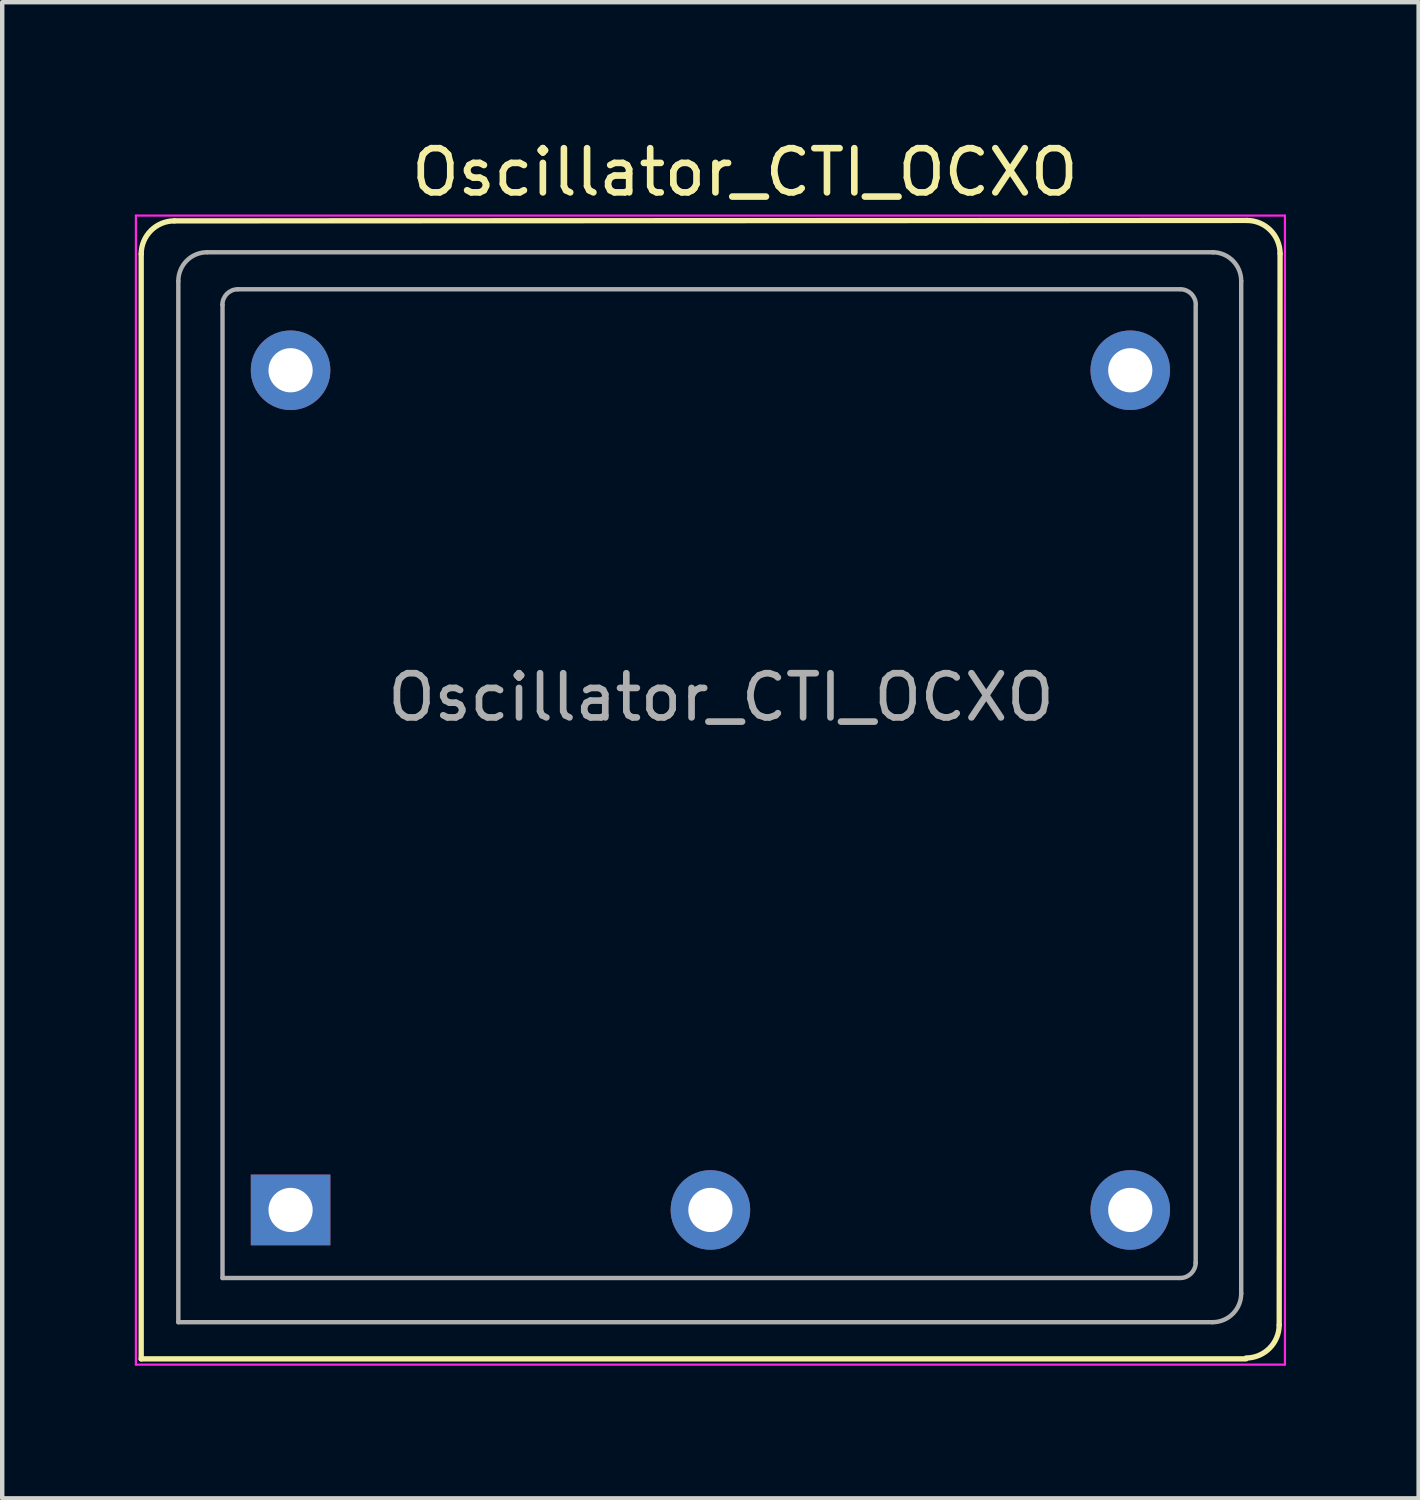
<source format=kicad_pcb>
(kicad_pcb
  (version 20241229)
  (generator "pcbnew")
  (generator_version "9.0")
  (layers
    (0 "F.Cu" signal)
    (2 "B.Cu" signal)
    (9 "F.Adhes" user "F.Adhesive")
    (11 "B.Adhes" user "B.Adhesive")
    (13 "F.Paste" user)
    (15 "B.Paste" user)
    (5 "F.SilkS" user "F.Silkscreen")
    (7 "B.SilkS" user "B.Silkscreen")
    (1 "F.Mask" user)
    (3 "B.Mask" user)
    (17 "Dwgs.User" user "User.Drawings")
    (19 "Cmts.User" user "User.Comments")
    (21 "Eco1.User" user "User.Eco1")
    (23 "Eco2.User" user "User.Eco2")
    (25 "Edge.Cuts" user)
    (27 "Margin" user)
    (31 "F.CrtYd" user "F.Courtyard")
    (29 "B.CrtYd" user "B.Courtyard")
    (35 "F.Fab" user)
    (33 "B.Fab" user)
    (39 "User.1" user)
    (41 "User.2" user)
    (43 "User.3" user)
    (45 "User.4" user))
  (footprint "Oscillator_CTI_OCXO"
    (layer "F.Cu")
    (at 3.525 24.328)
    (property "Reference" "Oscillator_CTI_OCXO" (at 10.28 -23.48 0) (layer "F.SilkS") (effects (font (size 1 1) (thickness 0.15))))
    (attr through_hole)
    (fp_line (start -3.38 -21.63) (end -3.38 3.37) (stroke (width 0.12) (type solid)) (layer "F.SilkS"))
    (fp_line (start -3.38 3.37) (end 21.62 3.37) (stroke (width 0.12) (type solid)) (layer "F.SilkS"))
    (fp_line (start 21.64 -22.39) (end -2.63 -22.38) (stroke (width 0.12) (type solid)) (layer "F.SilkS"))
    (fp_line (start 22.37 2.6) (end 22.39 -21.64) (stroke (width 0.12) (type solid)) (layer "F.SilkS"))
    (fp_arc (start -3.38 -21.63) (mid -3.16033 -22.16033) (end -2.63 -22.38) (stroke (width 0.12) (type solid)) (layer "F.SilkS"))
    (fp_arc (start 21.63967 -22.38967) (mid 22.17 -22.17) (end 22.38967 -21.63967) (stroke (width 0.12) (type solid)) (layer "F.SilkS"))
    (fp_arc (start 22.37 2.6) (mid 22.15033 3.13033) (end 21.62 3.35) (stroke (width 0.12) (type solid)) (layer "F.SilkS"))
    (fp_line (start -3.5 -22.5) (end -3.5 3.5) (stroke (width 0.05) (type solid)) (layer "F.CrtYd"))
    (fp_line (start -3.5 -22.5) (end 22.5 -22.5) (stroke (width 0.05) (type solid)) (layer "F.CrtYd"))
    (fp_line (start -3.5 3.5) (end 22.5 3.5) (stroke (width 0.05) (type solid)) (layer "F.CrtYd"))
    (fp_line (start 22.5 -22.5) (end 22.5 3.5) (stroke (width 0.05) (type solid)) (layer "F.CrtYd"))
    (fp_line (start -2.54 2.54) (end -2.54 -21.01) (stroke (width 0.1) (type solid)) (layer "F.Fab"))
    (fp_line (start -2.54 2.54) (end 20.85 2.54) (stroke (width 0.1) (type solid)) (layer "F.Fab"))
    (fp_line (start -1.88 -21.67) (end 20.88 -21.67) (stroke (width 0.1) (type solid)) (layer "F.Fab"))
    (fp_line (start -1.54 1.54) (end -1.54 -20.48) (stroke (width 0.1) (type solid)) (layer "F.Fab"))
    (fp_line (start -1.54 1.54) (end 20.12 1.54) (stroke (width 0.1) (type solid)) (layer "F.Fab"))
    (fp_line (start -1.193 -20.833) (end 20.11 -20.833) (stroke (width 0.1) (type solid)) (layer "F.Fab"))
    (fp_line (start 20.48 1.2) (end 20.48 -20.45) (stroke (width 0.1) (type solid)) (layer "F.Fab"))
    (fp_line (start 21.51 -21.02) (end 21.51 1.89) (stroke (width 0.1) (type solid)) (layer "F.Fab"))
    (fp_arc (start -2.54 -21.02) (mid -2.349619 -21.479619) (end -1.89 -21.67) (stroke (width 0.1) (type solid)) (layer "F.Fab"))
    (fp_arc (start -1.542513 -20.482513) (mid -1.44 -20.73) (end -1.192513 -20.832513) (stroke (width 0.1) (type solid)) (layer "F.Fab"))
    (fp_arc (start 20.132513 -20.832513) (mid 20.38 -20.73) (end 20.482513 -20.482513) (stroke (width 0.1) (type solid)) (layer "F.Fab"))
    (fp_arc (start 20.48 1.19) (mid 20.377487 1.437487) (end 20.13 1.54) (stroke (width 0.1) (type solid)) (layer "F.Fab"))
    (fp_arc (start 20.860381 -21.670381) (mid 21.32 -21.48) (end 21.510381 -21.020381) (stroke (width 0.1) (type solid)) (layer "F.Fab"))
    (fp_arc (start 21.510381 1.890381) (mid 21.32 2.35) (end 20.860381 2.540381) (stroke (width 0.1) (type solid)) (layer "F.Fab"))
    (fp_text user "${REFERENCE}" (at 9.74 -11.6 0) (layer "F.Fab") (effects (font (size 1 1) (thickness 0.15))))
    (pad "1" thru_hole rect (at 0 0) (size 1.8 1.6) (drill 1) (layers "*.Cu" "*.Mask"))
    (pad "2" thru_hole circle (at 9.5 0) (size 1.8 1.8) (drill 1) (layers "*.Cu" "*.Mask"))
    (pad "3" thru_hole circle (at 19 0) (size 1.8 1.8) (drill 1) (layers "*.Cu" "*.Mask"))
    (pad "4" thru_hole circle (at 19 -19) (size 1.8 1.8) (drill 1) (layers "*.Cu" "*.Mask"))
    (pad "5" thru_hole circle (at 0 -19) (size 1.8 1.8) (drill 1) (layers "*.Cu" "*.Mask")))
  (gr_rect
    (start -3 -3)
    (end 29.05 30.853)
    (stroke (width 0.1) (type default))
    (fill no)
    (layer "Edge.Cuts")))
</source>
